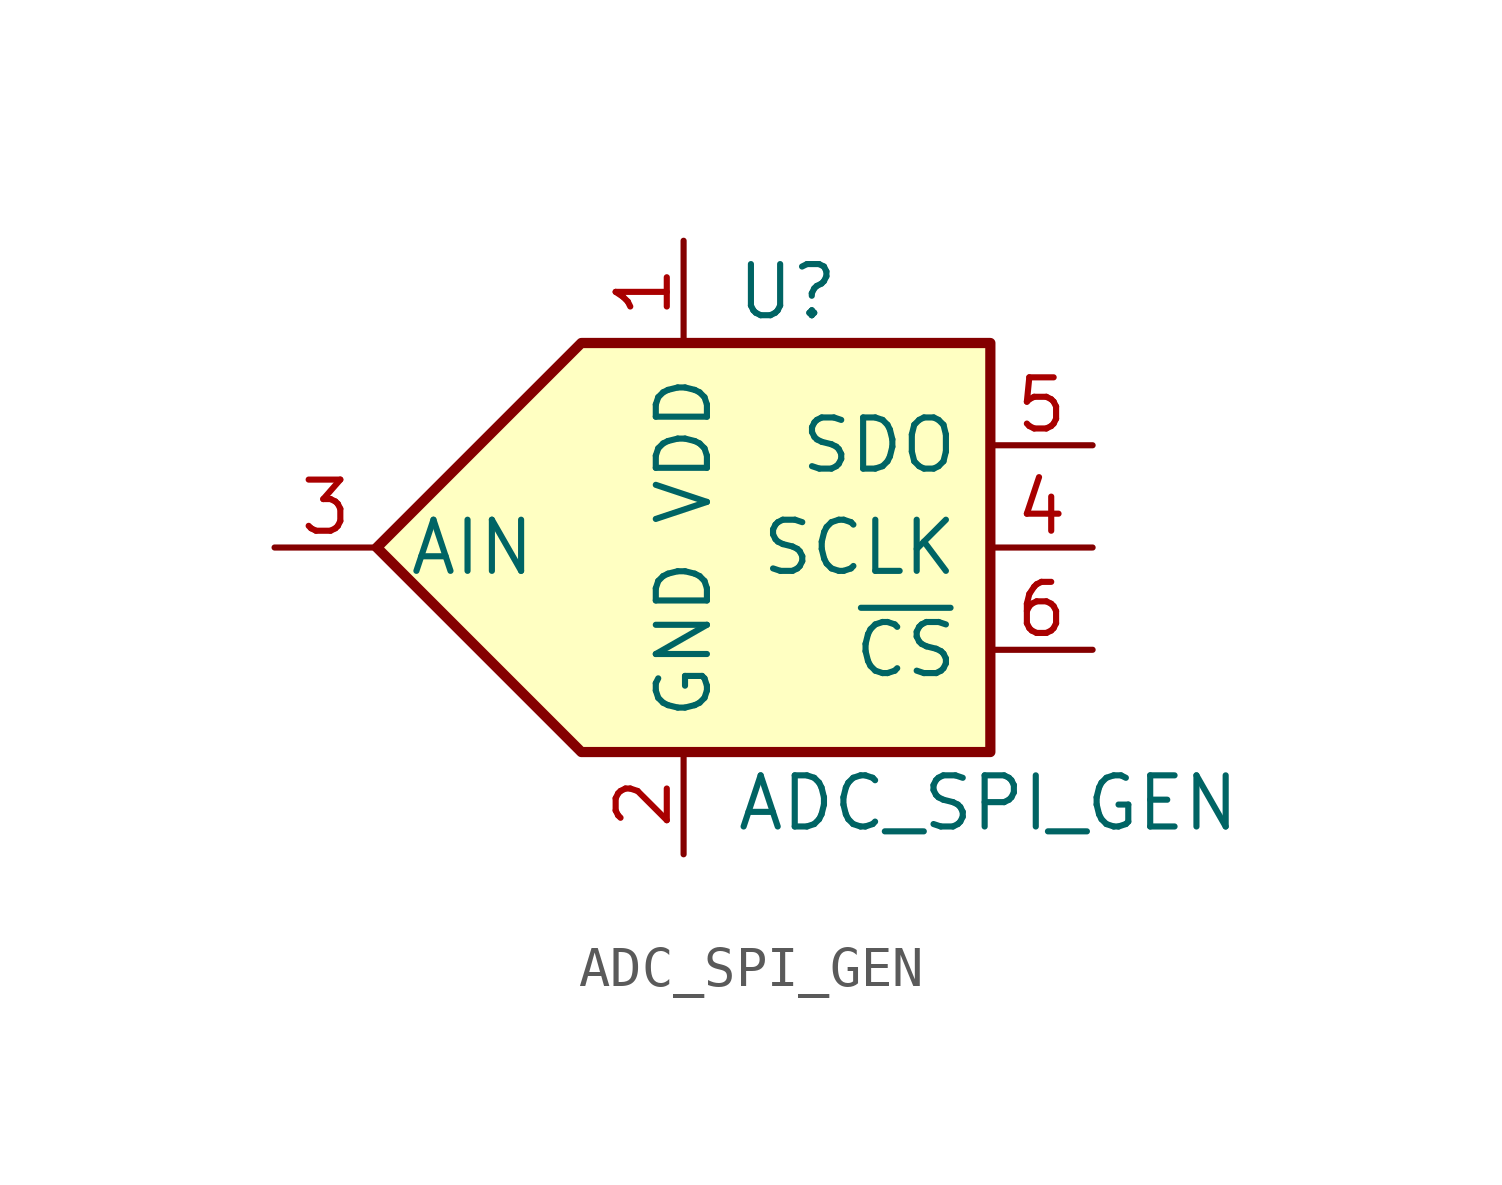
<source format=kicad_sym>
(kicad_symbol_lib
  (version 20211014)
  (generator kicad_symbol_editor)
  (symbol "ADC_SPI_GEN"
    (pin_names
      (offset 0.762))
    (property "Reference" "U"
      (at 1.27 6.35 0)
      (effects (font (size 1.27 1.27)) (justify left)))
    (property "Value" "ADC_SPI_GEN"
      (at 1.27 -6.35 0)
      (effects (font (size 1.27 1.27)) (justify left)))
    (symbol "ADC_SPI_GEN_0_1"
      (polyline (pts (xy -2.54 5.08) (xy 7.62 5.08) (xy 7.62 -5.08) (xy -2.54 -5.08) (xy -7.62 0) (xy -2.54 5.08)) (stroke (width 0.254) (type default) (color 0 0 0 0)) (fill (type background))))
    (symbol "ADC_SPI_GEN_1_1"
      (pin power_in line (at 0 7.62 270) (length 2.54) (name "VDD" (effects (font (size 1.27 1.27)))) (number "1" (effects (font (size 1.27 1.27)))))
      (pin power_in line (at 0 -7.62 90) (length 2.54) (name "GND" (effects (font (size 1.27 1.27)))) (number "2" (effects (font (size 1.27 1.27)))))
      (pin input line (at -10.16 0 0) (length 2.54) (name "AIN" (effects (font (size 1.27 1.27)))) (number "3" (effects (font (size 1.27 1.27)))))
      (pin input line (at 10.16 0 180) (length 2.54) (name "SCLK" (effects (font (size 1.27 1.27)))) (number "4" (effects (font (size 1.27 1.27)))))
      (pin tri_state line (at 10.16 2.54 180) (length 2.54) (name "SDO" (effects (font (size 1.27 1.27)))) (number "5" (effects (font (size 1.27 1.27)))))
      (pin input line (at 10.16 -2.54 180) (length 2.54) (name "~{CS}" (effects (font (size 1.27 1.27)))) (number "6" (effects (font (size 1.27 1.27))))))))
</source>
